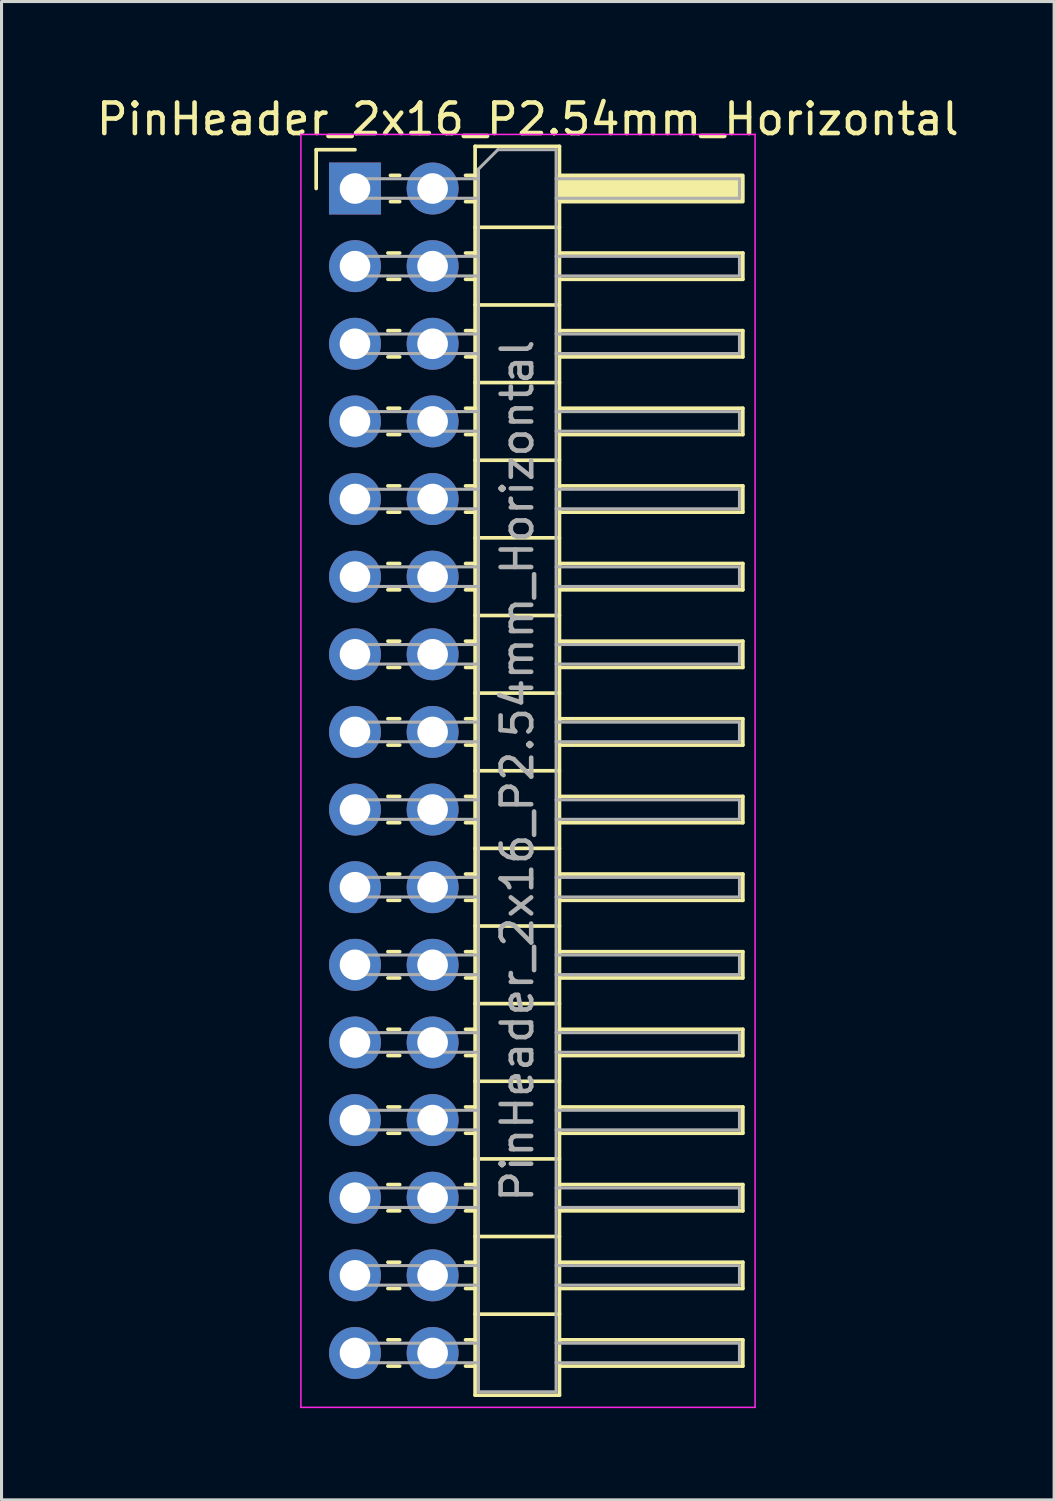
<source format=kicad_pcb>
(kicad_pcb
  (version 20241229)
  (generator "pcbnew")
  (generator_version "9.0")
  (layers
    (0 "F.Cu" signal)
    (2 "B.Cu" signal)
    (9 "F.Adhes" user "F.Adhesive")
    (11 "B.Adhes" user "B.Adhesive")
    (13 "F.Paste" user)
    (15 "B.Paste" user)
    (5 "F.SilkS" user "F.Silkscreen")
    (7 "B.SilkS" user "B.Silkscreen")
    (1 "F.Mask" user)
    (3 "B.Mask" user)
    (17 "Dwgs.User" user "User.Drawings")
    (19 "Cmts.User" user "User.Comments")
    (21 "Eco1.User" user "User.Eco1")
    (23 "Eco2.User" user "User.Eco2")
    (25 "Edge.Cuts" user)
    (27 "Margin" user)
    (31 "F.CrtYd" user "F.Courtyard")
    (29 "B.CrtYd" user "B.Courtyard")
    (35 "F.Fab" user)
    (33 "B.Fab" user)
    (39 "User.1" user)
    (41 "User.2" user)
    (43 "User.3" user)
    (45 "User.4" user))
  (footprint "PinHeader_2x16_P2.54mm_Horizontal"
    (layer "F.Cu")
    (at 8.565 3.118)
    (property "Reference" "PinHeader_2x16_P2.54mm_Horizontal" (at 5.655 -2.27 0) (layer "F.SilkS") (effects (font (size 1 1) (thickness 0.15))))
    (attr through_hole)
    (fp_line (start -1.27 -1.27) (end 0 -1.27) (stroke (width 0.12) (type solid)) (layer "F.SilkS"))
    (fp_line (start -1.27 0) (end -1.27 -1.27) (stroke (width 0.12) (type solid)) (layer "F.SilkS"))
    (fp_line (start 1.077 2.11) (end 1.463 2.11) (stroke (width 0.12) (type solid)) (layer "F.SilkS"))
    (fp_line (start 1.077 2.97) (end 1.463 2.97) (stroke (width 0.12) (type solid)) (layer "F.SilkS"))
    (fp_line (start 1.077 4.65) (end 1.463 4.65) (stroke (width 0.12) (type solid)) (layer "F.SilkS"))
    (fp_line (start 1.077 5.51) (end 1.463 5.51) (stroke (width 0.12) (type solid)) (layer "F.SilkS"))
    (fp_line (start 1.077 7.19) (end 1.463 7.19) (stroke (width 0.12) (type solid)) (layer "F.SilkS"))
    (fp_line (start 1.077 8.05) (end 1.463 8.05) (stroke (width 0.12) (type solid)) (layer "F.SilkS"))
    (fp_line (start 1.077 9.73) (end 1.463 9.73) (stroke (width 0.12) (type solid)) (layer "F.SilkS"))
    (fp_line (start 1.077 10.59) (end 1.463 10.59) (stroke (width 0.12) (type solid)) (layer "F.SilkS"))
    (fp_line (start 1.077 12.27) (end 1.463 12.27) (stroke (width 0.12) (type solid)) (layer "F.SilkS"))
    (fp_line (start 1.077 13.13) (end 1.463 13.13) (stroke (width 0.12) (type solid)) (layer "F.SilkS"))
    (fp_line (start 1.077 14.81) (end 1.463 14.81) (stroke (width 0.12) (type solid)) (layer "F.SilkS"))
    (fp_line (start 1.077 15.67) (end 1.463 15.67) (stroke (width 0.12) (type solid)) (layer "F.SilkS"))
    (fp_line (start 1.077 17.35) (end 1.463 17.35) (stroke (width 0.12) (type solid)) (layer "F.SilkS"))
    (fp_line (start 1.077 18.21) (end 1.463 18.21) (stroke (width 0.12) (type solid)) (layer "F.SilkS"))
    (fp_line (start 1.077 19.89) (end 1.463 19.89) (stroke (width 0.12) (type solid)) (layer "F.SilkS"))
    (fp_line (start 1.077 20.75) (end 1.463 20.75) (stroke (width 0.12) (type solid)) (layer "F.SilkS"))
    (fp_line (start 1.077 22.43) (end 1.463 22.43) (stroke (width 0.12) (type solid)) (layer "F.SilkS"))
    (fp_line (start 1.077 23.29) (end 1.463 23.29) (stroke (width 0.12) (type solid)) (layer "F.SilkS"))
    (fp_line (start 1.077 24.97) (end 1.463 24.97) (stroke (width 0.12) (type solid)) (layer "F.SilkS"))
    (fp_line (start 1.077 25.83) (end 1.463 25.83) (stroke (width 0.12) (type solid)) (layer "F.SilkS"))
    (fp_line (start 1.077 27.51) (end 1.463 27.51) (stroke (width 0.12) (type solid)) (layer "F.SilkS"))
    (fp_line (start 1.077 28.37) (end 1.463 28.37) (stroke (width 0.12) (type solid)) (layer "F.SilkS"))
    (fp_line (start 1.077 30.05) (end 1.463 30.05) (stroke (width 0.12) (type solid)) (layer "F.SilkS"))
    (fp_line (start 1.077 30.91) (end 1.463 30.91) (stroke (width 0.12) (type solid)) (layer "F.SilkS"))
    (fp_line (start 1.077 32.59) (end 1.463 32.59) (stroke (width 0.12) (type solid)) (layer "F.SilkS"))
    (fp_line (start 1.077 33.45) (end 1.463 33.45) (stroke (width 0.12) (type solid)) (layer "F.SilkS"))
    (fp_line (start 1.077 35.13) (end 1.463 35.13) (stroke (width 0.12) (type solid)) (layer "F.SilkS"))
    (fp_line (start 1.077 35.99) (end 1.463 35.99) (stroke (width 0.12) (type solid)) (layer "F.SilkS"))
    (fp_line (start 1.077 37.67) (end 1.463 37.67) (stroke (width 0.12) (type solid)) (layer "F.SilkS"))
    (fp_line (start 1.077 38.53) (end 1.463 38.53) (stroke (width 0.12) (type solid)) (layer "F.SilkS"))
    (fp_line (start 1.16 -0.43) (end 1.463 -0.43) (stroke (width 0.12) (type solid)) (layer "F.SilkS"))
    (fp_line (start 1.16 0.43) (end 1.463 0.43) (stroke (width 0.12) (type solid)) (layer "F.SilkS"))
    (fp_line (start 3.617 -0.43) (end 3.93 -0.43) (stroke (width 0.12) (type solid)) (layer "F.SilkS"))
    (fp_line (start 3.617 0.43) (end 3.93 0.43) (stroke (width 0.12) (type solid)) (layer "F.SilkS"))
    (fp_line (start 3.617 2.11) (end 3.93 2.11) (stroke (width 0.12) (type solid)) (layer "F.SilkS"))
    (fp_line (start 3.617 2.97) (end 3.93 2.97) (stroke (width 0.12) (type solid)) (layer "F.SilkS"))
    (fp_line (start 3.617 4.65) (end 3.93 4.65) (stroke (width 0.12) (type solid)) (layer "F.SilkS"))
    (fp_line (start 3.617 5.51) (end 3.93 5.51) (stroke (width 0.12) (type solid)) (layer "F.SilkS"))
    (fp_line (start 3.617 7.19) (end 3.93 7.19) (stroke (width 0.12) (type solid)) (layer "F.SilkS"))
    (fp_line (start 3.617 8.05) (end 3.93 8.05) (stroke (width 0.12) (type solid)) (layer "F.SilkS"))
    (fp_line (start 3.617 9.73) (end 3.93 9.73) (stroke (width 0.12) (type solid)) (layer "F.SilkS"))
    (fp_line (start 3.617 10.59) (end 3.93 10.59) (stroke (width 0.12) (type solid)) (layer "F.SilkS"))
    (fp_line (start 3.617 12.27) (end 3.93 12.27) (stroke (width 0.12) (type solid)) (layer "F.SilkS"))
    (fp_line (start 3.617 13.13) (end 3.93 13.13) (stroke (width 0.12) (type solid)) (layer "F.SilkS"))
    (fp_line (start 3.617 14.81) (end 3.93 14.81) (stroke (width 0.12) (type solid)) (layer "F.SilkS"))
    (fp_line (start 3.617 15.67) (end 3.93 15.67) (stroke (width 0.12) (type solid)) (layer "F.SilkS"))
    (fp_line (start 3.617 17.35) (end 3.93 17.35) (stroke (width 0.12) (type solid)) (layer "F.SilkS"))
    (fp_line (start 3.617 18.21) (end 3.93 18.21) (stroke (width 0.12) (type solid)) (layer "F.SilkS"))
    (fp_line (start 3.617 19.89) (end 3.93 19.89) (stroke (width 0.12) (type solid)) (layer "F.SilkS"))
    (fp_line (start 3.617 20.75) (end 3.93 20.75) (stroke (width 0.12) (type solid)) (layer "F.SilkS"))
    (fp_line (start 3.617 22.43) (end 3.93 22.43) (stroke (width 0.12) (type solid)) (layer "F.SilkS"))
    (fp_line (start 3.617 23.29) (end 3.93 23.29) (stroke (width 0.12) (type solid)) (layer "F.SilkS"))
    (fp_line (start 3.617 24.97) (end 3.93 24.97) (stroke (width 0.12) (type solid)) (layer "F.SilkS"))
    (fp_line (start 3.617 25.83) (end 3.93 25.83) (stroke (width 0.12) (type solid)) (layer "F.SilkS"))
    (fp_line (start 3.617 27.51) (end 3.93 27.51) (stroke (width 0.12) (type solid)) (layer "F.SilkS"))
    (fp_line (start 3.617 28.37) (end 3.93 28.37) (stroke (width 0.12) (type solid)) (layer "F.SilkS"))
    (fp_line (start 3.617 30.05) (end 3.93 30.05) (stroke (width 0.12) (type solid)) (layer "F.SilkS"))
    (fp_line (start 3.617 30.91) (end 3.93 30.91) (stroke (width 0.12) (type solid)) (layer "F.SilkS"))
    (fp_line (start 3.617 32.59) (end 3.93 32.59) (stroke (width 0.12) (type solid)) (layer "F.SilkS"))
    (fp_line (start 3.617 33.45) (end 3.93 33.45) (stroke (width 0.12) (type solid)) (layer "F.SilkS"))
    (fp_line (start 3.617 35.13) (end 3.93 35.13) (stroke (width 0.12) (type solid)) (layer "F.SilkS"))
    (fp_line (start 3.617 35.99) (end 3.93 35.99) (stroke (width 0.12) (type solid)) (layer "F.SilkS"))
    (fp_line (start 3.617 37.67) (end 3.93 37.67) (stroke (width 0.12) (type solid)) (layer "F.SilkS"))
    (fp_line (start 3.617 38.53) (end 3.93 38.53) (stroke (width 0.12) (type solid)) (layer "F.SilkS"))
    (fp_line (start 3.93 -1.38) (end 3.93 39.48) (stroke (width 0.12) (type solid)) (layer "F.SilkS"))
    (fp_line (start 3.93 1.27) (end 6.69 1.27) (stroke (width 0.12) (type solid)) (layer "F.SilkS"))
    (fp_line (start 3.93 3.81) (end 6.69 3.81) (stroke (width 0.12) (type solid)) (layer "F.SilkS"))
    (fp_line (start 3.93 6.35) (end 6.69 6.35) (stroke (width 0.12) (type solid)) (layer "F.SilkS"))
    (fp_line (start 3.93 8.89) (end 6.69 8.89) (stroke (width 0.12) (type solid)) (layer "F.SilkS"))
    (fp_line (start 3.93 11.43) (end 6.69 11.43) (stroke (width 0.12) (type solid)) (layer "F.SilkS"))
    (fp_line (start 3.93 13.97) (end 6.69 13.97) (stroke (width 0.12) (type solid)) (layer "F.SilkS"))
    (fp_line (start 3.93 16.51) (end 6.69 16.51) (stroke (width 0.12) (type solid)) (layer "F.SilkS"))
    (fp_line (start 3.93 19.05) (end 6.69 19.05) (stroke (width 0.12) (type solid)) (layer "F.SilkS"))
    (fp_line (start 3.93 21.59) (end 6.69 21.59) (stroke (width 0.12) (type solid)) (layer "F.SilkS"))
    (fp_line (start 3.93 24.13) (end 6.69 24.13) (stroke (width 0.12) (type solid)) (layer "F.SilkS"))
    (fp_line (start 3.93 26.67) (end 6.69 26.67) (stroke (width 0.12) (type solid)) (layer "F.SilkS"))
    (fp_line (start 3.93 29.21) (end 6.69 29.21) (stroke (width 0.12) (type solid)) (layer "F.SilkS"))
    (fp_line (start 3.93 31.75) (end 6.69 31.75) (stroke (width 0.12) (type solid)) (layer "F.SilkS"))
    (fp_line (start 3.93 34.29) (end 6.69 34.29) (stroke (width 0.12) (type solid)) (layer "F.SilkS"))
    (fp_line (start 3.93 36.83) (end 6.69 36.83) (stroke (width 0.12) (type solid)) (layer "F.SilkS"))
    (fp_line (start 3.93 39.48) (end 6.69 39.48) (stroke (width 0.12) (type solid)) (layer "F.SilkS"))
    (fp_line (start 6.69 -1.38) (end 3.93 -1.38) (stroke (width 0.12) (type solid)) (layer "F.SilkS"))
    (fp_line (start 6.69 2.11) (end 12.69 2.11) (stroke (width 0.12) (type solid)) (layer "F.SilkS"))
    (fp_line (start 6.69 4.65) (end 12.69 4.65) (stroke (width 0.12) (type solid)) (layer "F.SilkS"))
    (fp_line (start 6.69 7.19) (end 12.69 7.19) (stroke (width 0.12) (type solid)) (layer "F.SilkS"))
    (fp_line (start 6.69 9.73) (end 12.69 9.73) (stroke (width 0.12) (type solid)) (layer "F.SilkS"))
    (fp_line (start 6.69 12.27) (end 12.69 12.27) (stroke (width 0.12) (type solid)) (layer "F.SilkS"))
    (fp_line (start 6.69 14.81) (end 12.69 14.81) (stroke (width 0.12) (type solid)) (layer "F.SilkS"))
    (fp_line (start 6.69 17.35) (end 12.69 17.35) (stroke (width 0.12) (type solid)) (layer "F.SilkS"))
    (fp_line (start 6.69 19.89) (end 12.69 19.89) (stroke (width 0.12) (type solid)) (layer "F.SilkS"))
    (fp_line (start 6.69 22.43) (end 12.69 22.43) (stroke (width 0.12) (type solid)) (layer "F.SilkS"))
    (fp_line (start 6.69 24.97) (end 12.69 24.97) (stroke (width 0.12) (type solid)) (layer "F.SilkS"))
    (fp_line (start 6.69 27.51) (end 12.69 27.51) (stroke (width 0.12) (type solid)) (layer "F.SilkS"))
    (fp_line (start 6.69 30.05) (end 12.69 30.05) (stroke (width 0.12) (type solid)) (layer "F.SilkS"))
    (fp_line (start 6.69 32.59) (end 12.69 32.59) (stroke (width 0.12) (type solid)) (layer "F.SilkS"))
    (fp_line (start 6.69 35.13) (end 12.69 35.13) (stroke (width 0.12) (type solid)) (layer "F.SilkS"))
    (fp_line (start 6.69 37.67) (end 12.69 37.67) (stroke (width 0.12) (type solid)) (layer "F.SilkS"))
    (fp_line (start 6.69 39.48) (end 6.69 -1.38) (stroke (width 0.12) (type solid)) (layer "F.SilkS"))
    (fp_line (start 12.69 2.11) (end 12.69 2.97) (stroke (width 0.12) (type solid)) (layer "F.SilkS"))
    (fp_line (start 12.69 2.97) (end 6.69 2.97) (stroke (width 0.12) (type solid)) (layer "F.SilkS"))
    (fp_line (start 12.69 4.65) (end 12.69 5.51) (stroke (width 0.12) (type solid)) (layer "F.SilkS"))
    (fp_line (start 12.69 5.51) (end 6.69 5.51) (stroke (width 0.12) (type solid)) (layer "F.SilkS"))
    (fp_line (start 12.69 7.19) (end 12.69 8.05) (stroke (width 0.12) (type solid)) (layer "F.SilkS"))
    (fp_line (start 12.69 8.05) (end 6.69 8.05) (stroke (width 0.12) (type solid)) (layer "F.SilkS"))
    (fp_line (start 12.69 9.73) (end 12.69 10.59) (stroke (width 0.12) (type solid)) (layer "F.SilkS"))
    (fp_line (start 12.69 10.59) (end 6.69 10.59) (stroke (width 0.12) (type solid)) (layer "F.SilkS"))
    (fp_line (start 12.69 12.27) (end 12.69 13.13) (stroke (width 0.12) (type solid)) (layer "F.SilkS"))
    (fp_line (start 12.69 13.13) (end 6.69 13.13) (stroke (width 0.12) (type solid)) (layer "F.SilkS"))
    (fp_line (start 12.69 14.81) (end 12.69 15.67) (stroke (width 0.12) (type solid)) (layer "F.SilkS"))
    (fp_line (start 12.69 15.67) (end 6.69 15.67) (stroke (width 0.12) (type solid)) (layer "F.SilkS"))
    (fp_line (start 12.69 17.35) (end 12.69 18.21) (stroke (width 0.12) (type solid)) (layer "F.SilkS"))
    (fp_line (start 12.69 18.21) (end 6.69 18.21) (stroke (width 0.12) (type solid)) (layer "F.SilkS"))
    (fp_line (start 12.69 19.89) (end 12.69 20.75) (stroke (width 0.12) (type solid)) (layer "F.SilkS"))
    (fp_line (start 12.69 20.75) (end 6.69 20.75) (stroke (width 0.12) (type solid)) (layer "F.SilkS"))
    (fp_line (start 12.69 22.43) (end 12.69 23.29) (stroke (width 0.12) (type solid)) (layer "F.SilkS"))
    (fp_line (start 12.69 23.29) (end 6.69 23.29) (stroke (width 0.12) (type solid)) (layer "F.SilkS"))
    (fp_line (start 12.69 24.97) (end 12.69 25.83) (stroke (width 0.12) (type solid)) (layer "F.SilkS"))
    (fp_line (start 12.69 25.83) (end 6.69 25.83) (stroke (width 0.12) (type solid)) (layer "F.SilkS"))
    (fp_line (start 12.69 27.51) (end 12.69 28.37) (stroke (width 0.12) (type solid)) (layer "F.SilkS"))
    (fp_line (start 12.69 28.37) (end 6.69 28.37) (stroke (width 0.12) (type solid)) (layer "F.SilkS"))
    (fp_line (start 12.69 30.05) (end 12.69 30.91) (stroke (width 0.12) (type solid)) (layer "F.SilkS"))
    (fp_line (start 12.69 30.91) (end 6.69 30.91) (stroke (width 0.12) (type solid)) (layer "F.SilkS"))
    (fp_line (start 12.69 32.59) (end 12.69 33.45) (stroke (width 0.12) (type solid)) (layer "F.SilkS"))
    (fp_line (start 12.69 33.45) (end 6.69 33.45) (stroke (width 0.12) (type solid)) (layer "F.SilkS"))
    (fp_line (start 12.69 35.13) (end 12.69 35.99) (stroke (width 0.12) (type solid)) (layer "F.SilkS"))
    (fp_line (start 12.69 35.99) (end 6.69 35.99) (stroke (width 0.12) (type solid)) (layer "F.SilkS"))
    (fp_line (start 12.69 37.67) (end 12.69 38.53) (stroke (width 0.12) (type solid)) (layer "F.SilkS"))
    (fp_line (start 12.69 38.53) (end 6.69 38.53) (stroke (width 0.12) (type solid)) (layer "F.SilkS"))
    (fp_rect (start 6.69 -0.43) (end 12.69 0.43) (stroke (width 0.12) (type solid)) (fill yes) (layer "F.SilkS"))
    (fp_line (start -1.77 -1.77) (end -1.77 39.88) (stroke (width 0.05) (type solid)) (layer "F.CrtYd"))
    (fp_line (start -1.77 39.88) (end 13.09 39.88) (stroke (width 0.05) (type solid)) (layer "F.CrtYd"))
    (fp_line (start 13.09 -1.77) (end -1.77 -1.77) (stroke (width 0.05) (type solid)) (layer "F.CrtYd"))
    (fp_line (start 13.09 39.88) (end 13.09 -1.77) (stroke (width 0.05) (type solid)) (layer "F.CrtYd"))
    (fp_line (start -0.32 -0.32) (end -0.32 0.32) (stroke (width 0.1) (type solid)) (layer "F.Fab"))
    (fp_line (start -0.32 -0.32) (end 4.04 -0.32) (stroke (width 0.1) (type solid)) (layer "F.Fab"))
    (fp_line (start -0.32 0.32) (end 4.04 0.32) (stroke (width 0.1) (type solid)) (layer "F.Fab"))
    (fp_line (start -0.32 2.22) (end -0.32 2.86) (stroke (width 0.1) (type solid)) (layer "F.Fab"))
    (fp_line (start -0.32 2.22) (end 4.04 2.22) (stroke (width 0.1) (type solid)) (layer "F.Fab"))
    (fp_line (start -0.32 2.86) (end 4.04 2.86) (stroke (width 0.1) (type solid)) (layer "F.Fab"))
    (fp_line (start -0.32 4.76) (end -0.32 5.4) (stroke (width 0.1) (type solid)) (layer "F.Fab"))
    (fp_line (start -0.32 4.76) (end 4.04 4.76) (stroke (width 0.1) (type solid)) (layer "F.Fab"))
    (fp_line (start -0.32 5.4) (end 4.04 5.4) (stroke (width 0.1) (type solid)) (layer "F.Fab"))
    (fp_line (start -0.32 7.3) (end -0.32 7.94) (stroke (width 0.1) (type solid)) (layer "F.Fab"))
    (fp_line (start -0.32 7.3) (end 4.04 7.3) (stroke (width 0.1) (type solid)) (layer "F.Fab"))
    (fp_line (start -0.32 7.94) (end 4.04 7.94) (stroke (width 0.1) (type solid)) (layer "F.Fab"))
    (fp_line (start -0.32 9.84) (end -0.32 10.48) (stroke (width 0.1) (type solid)) (layer "F.Fab"))
    (fp_line (start -0.32 9.84) (end 4.04 9.84) (stroke (width 0.1) (type solid)) (layer "F.Fab"))
    (fp_line (start -0.32 10.48) (end 4.04 10.48) (stroke (width 0.1) (type solid)) (layer "F.Fab"))
    (fp_line (start -0.32 12.38) (end -0.32 13.02) (stroke (width 0.1) (type solid)) (layer "F.Fab"))
    (fp_line (start -0.32 12.38) (end 4.04 12.38) (stroke (width 0.1) (type solid)) (layer "F.Fab"))
    (fp_line (start -0.32 13.02) (end 4.04 13.02) (stroke (width 0.1) (type solid)) (layer "F.Fab"))
    (fp_line (start -0.32 14.92) (end -0.32 15.56) (stroke (width 0.1) (type solid)) (layer "F.Fab"))
    (fp_line (start -0.32 14.92) (end 4.04 14.92) (stroke (width 0.1) (type solid)) (layer "F.Fab"))
    (fp_line (start -0.32 15.56) (end 4.04 15.56) (stroke (width 0.1) (type solid)) (layer "F.Fab"))
    (fp_line (start -0.32 17.46) (end -0.32 18.1) (stroke (width 0.1) (type solid)) (layer "F.Fab"))
    (fp_line (start -0.32 17.46) (end 4.04 17.46) (stroke (width 0.1) (type solid)) (layer "F.Fab"))
    (fp_line (start -0.32 18.1) (end 4.04 18.1) (stroke (width 0.1) (type solid)) (layer "F.Fab"))
    (fp_line (start -0.32 20) (end -0.32 20.64) (stroke (width 0.1) (type solid)) (layer "F.Fab"))
    (fp_line (start -0.32 20) (end 4.04 20) (stroke (width 0.1) (type solid)) (layer "F.Fab"))
    (fp_line (start -0.32 20.64) (end 4.04 20.64) (stroke (width 0.1) (type solid)) (layer "F.Fab"))
    (fp_line (start -0.32 22.54) (end -0.32 23.18) (stroke (width 0.1) (type solid)) (layer "F.Fab"))
    (fp_line (start -0.32 22.54) (end 4.04 22.54) (stroke (width 0.1) (type solid)) (layer "F.Fab"))
    (fp_line (start -0.32 23.18) (end 4.04 23.18) (stroke (width 0.1) (type solid)) (layer "F.Fab"))
    (fp_line (start -0.32 25.08) (end -0.32 25.72) (stroke (width 0.1) (type solid)) (layer "F.Fab"))
    (fp_line (start -0.32 25.08) (end 4.04 25.08) (stroke (width 0.1) (type solid)) (layer "F.Fab"))
    (fp_line (start -0.32 25.72) (end 4.04 25.72) (stroke (width 0.1) (type solid)) (layer "F.Fab"))
    (fp_line (start -0.32 27.62) (end -0.32 28.26) (stroke (width 0.1) (type solid)) (layer "F.Fab"))
    (fp_line (start -0.32 27.62) (end 4.04 27.62) (stroke (width 0.1) (type solid)) (layer "F.Fab"))
    (fp_line (start -0.32 28.26) (end 4.04 28.26) (stroke (width 0.1) (type solid)) (layer "F.Fab"))
    (fp_line (start -0.32 30.16) (end -0.32 30.8) (stroke (width 0.1) (type solid)) (layer "F.Fab"))
    (fp_line (start -0.32 30.16) (end 4.04 30.16) (stroke (width 0.1) (type solid)) (layer "F.Fab"))
    (fp_line (start -0.32 30.8) (end 4.04 30.8) (stroke (width 0.1) (type solid)) (layer "F.Fab"))
    (fp_line (start -0.32 32.7) (end -0.32 33.34) (stroke (width 0.1) (type solid)) (layer "F.Fab"))
    (fp_line (start -0.32 32.7) (end 4.04 32.7) (stroke (width 0.1) (type solid)) (layer "F.Fab"))
    (fp_line (start -0.32 33.34) (end 4.04 33.34) (stroke (width 0.1) (type solid)) (layer "F.Fab"))
    (fp_line (start -0.32 35.24) (end -0.32 35.88) (stroke (width 0.1) (type solid)) (layer "F.Fab"))
    (fp_line (start -0.32 35.24) (end 4.04 35.24) (stroke (width 0.1) (type solid)) (layer "F.Fab"))
    (fp_line (start -0.32 35.88) (end 4.04 35.88) (stroke (width 0.1) (type solid)) (layer "F.Fab"))
    (fp_line (start -0.32 37.78) (end -0.32 38.42) (stroke (width 0.1) (type solid)) (layer "F.Fab"))
    (fp_line (start -0.32 37.78) (end 4.04 37.78) (stroke (width 0.1) (type solid)) (layer "F.Fab"))
    (fp_line (start -0.32 38.42) (end 4.04 38.42) (stroke (width 0.1) (type solid)) (layer "F.Fab"))
    (fp_line (start 4.04 -0.635) (end 4.675 -1.27) (stroke (width 0.1) (type solid)) (layer "F.Fab"))
    (fp_line (start 4.04 39.37) (end 4.04 -0.635) (stroke (width 0.1) (type solid)) (layer "F.Fab"))
    (fp_line (start 4.675 -1.27) (end 6.58 -1.27) (stroke (width 0.1) (type solid)) (layer "F.Fab"))
    (fp_line (start 6.58 -1.27) (end 6.58 39.37) (stroke (width 0.1) (type solid)) (layer "F.Fab"))
    (fp_line (start 6.58 -0.32) (end 12.58 -0.32) (stroke (width 0.1) (type solid)) (layer "F.Fab"))
    (fp_line (start 6.58 0.32) (end 12.58 0.32) (stroke (width 0.1) (type solid)) (layer "F.Fab"))
    (fp_line (start 6.58 2.22) (end 12.58 2.22) (stroke (width 0.1) (type solid)) (layer "F.Fab"))
    (fp_line (start 6.58 2.86) (end 12.58 2.86) (stroke (width 0.1) (type solid)) (layer "F.Fab"))
    (fp_line (start 6.58 4.76) (end 12.58 4.76) (stroke (width 0.1) (type solid)) (layer "F.Fab"))
    (fp_line (start 6.58 5.4) (end 12.58 5.4) (stroke (width 0.1) (type solid)) (layer "F.Fab"))
    (fp_line (start 6.58 7.3) (end 12.58 7.3) (stroke (width 0.1) (type solid)) (layer "F.Fab"))
    (fp_line (start 6.58 7.94) (end 12.58 7.94) (stroke (width 0.1) (type solid)) (layer "F.Fab"))
    (fp_line (start 6.58 9.84) (end 12.58 9.84) (stroke (width 0.1) (type solid)) (layer "F.Fab"))
    (fp_line (start 6.58 10.48) (end 12.58 10.48) (stroke (width 0.1) (type solid)) (layer "F.Fab"))
    (fp_line (start 6.58 12.38) (end 12.58 12.38) (stroke (width 0.1) (type solid)) (layer "F.Fab"))
    (fp_line (start 6.58 13.02) (end 12.58 13.02) (stroke (width 0.1) (type solid)) (layer "F.Fab"))
    (fp_line (start 6.58 14.92) (end 12.58 14.92) (stroke (width 0.1) (type solid)) (layer "F.Fab"))
    (fp_line (start 6.58 15.56) (end 12.58 15.56) (stroke (width 0.1) (type solid)) (layer "F.Fab"))
    (fp_line (start 6.58 17.46) (end 12.58 17.46) (stroke (width 0.1) (type solid)) (layer "F.Fab"))
    (fp_line (start 6.58 18.1) (end 12.58 18.1) (stroke (width 0.1) (type solid)) (layer "F.Fab"))
    (fp_line (start 6.58 20) (end 12.58 20) (stroke (width 0.1) (type solid)) (layer "F.Fab"))
    (fp_line (start 6.58 20.64) (end 12.58 20.64) (stroke (width 0.1) (type solid)) (layer "F.Fab"))
    (fp_line (start 6.58 22.54) (end 12.58 22.54) (stroke (width 0.1) (type solid)) (layer "F.Fab"))
    (fp_line (start 6.58 23.18) (end 12.58 23.18) (stroke (width 0.1) (type solid)) (layer "F.Fab"))
    (fp_line (start 6.58 25.08) (end 12.58 25.08) (stroke (width 0.1) (type solid)) (layer "F.Fab"))
    (fp_line (start 6.58 25.72) (end 12.58 25.72) (stroke (width 0.1) (type solid)) (layer "F.Fab"))
    (fp_line (start 6.58 27.62) (end 12.58 27.62) (stroke (width 0.1) (type solid)) (layer "F.Fab"))
    (fp_line (start 6.58 28.26) (end 12.58 28.26) (stroke (width 0.1) (type solid)) (layer "F.Fab"))
    (fp_line (start 6.58 30.16) (end 12.58 30.16) (stroke (width 0.1) (type solid)) (layer "F.Fab"))
    (fp_line (start 6.58 30.8) (end 12.58 30.8) (stroke (width 0.1) (type solid)) (layer "F.Fab"))
    (fp_line (start 6.58 32.7) (end 12.58 32.7) (stroke (width 0.1) (type solid)) (layer "F.Fab"))
    (fp_line (start 6.58 33.34) (end 12.58 33.34) (stroke (width 0.1) (type solid)) (layer "F.Fab"))
    (fp_line (start 6.58 35.24) (end 12.58 35.24) (stroke (width 0.1) (type solid)) (layer "F.Fab"))
    (fp_line (start 6.58 35.88) (end 12.58 35.88) (stroke (width 0.1) (type solid)) (layer "F.Fab"))
    (fp_line (start 6.58 37.78) (end 12.58 37.78) (stroke (width 0.1) (type solid)) (layer "F.Fab"))
    (fp_line (start 6.58 38.42) (end 12.58 38.42) (stroke (width 0.1) (type solid)) (layer "F.Fab"))
    (fp_line (start 6.58 39.37) (end 4.04 39.37) (stroke (width 0.1) (type solid)) (layer "F.Fab"))
    (fp_line (start 12.58 -0.32) (end 12.58 0.32) (stroke (width 0.1) (type solid)) (layer "F.Fab"))
    (fp_line (start 12.58 2.22) (end 12.58 2.86) (stroke (width 0.1) (type solid)) (layer "F.Fab"))
    (fp_line (start 12.58 4.76) (end 12.58 5.4) (stroke (width 0.1) (type solid)) (layer "F.Fab"))
    (fp_line (start 12.58 7.3) (end 12.58 7.94) (stroke (width 0.1) (type solid)) (layer "F.Fab"))
    (fp_line (start 12.58 9.84) (end 12.58 10.48) (stroke (width 0.1) (type solid)) (layer "F.Fab"))
    (fp_line (start 12.58 12.38) (end 12.58 13.02) (stroke (width 0.1) (type solid)) (layer "F.Fab"))
    (fp_line (start 12.58 14.92) (end 12.58 15.56) (stroke (width 0.1) (type solid)) (layer "F.Fab"))
    (fp_line (start 12.58 17.46) (end 12.58 18.1) (stroke (width 0.1) (type solid)) (layer "F.Fab"))
    (fp_line (start 12.58 20) (end 12.58 20.64) (stroke (width 0.1) (type solid)) (layer "F.Fab"))
    (fp_line (start 12.58 22.54) (end 12.58 23.18) (stroke (width 0.1) (type solid)) (layer "F.Fab"))
    (fp_line (start 12.58 25.08) (end 12.58 25.72) (stroke (width 0.1) (type solid)) (layer "F.Fab"))
    (fp_line (start 12.58 27.62) (end 12.58 28.26) (stroke (width 0.1) (type solid)) (layer "F.Fab"))
    (fp_line (start 12.58 30.16) (end 12.58 30.8) (stroke (width 0.1) (type solid)) (layer "F.Fab"))
    (fp_line (start 12.58 32.7) (end 12.58 33.34) (stroke (width 0.1) (type solid)) (layer "F.Fab"))
    (fp_line (start 12.58 35.24) (end 12.58 35.88) (stroke (width 0.1) (type solid)) (layer "F.Fab"))
    (fp_line (start 12.58 37.78) (end 12.58 38.42) (stroke (width 0.1) (type solid)) (layer "F.Fab"))
    (fp_text user "${REFERENCE}" (at 5.31 19.05 90) (layer "F.Fab") (effects (font (size 1 1) (thickness 0.15))))
    (pad "1" thru_hole rect (at 0 0) (size 1.7 1.7) (drill 1) (layers "*.Cu" "*.Mask"))
    (pad "2" thru_hole circle (at 2.54 0) (size 1.7 1.7) (drill 1) (layers "*.Cu" "*.Mask"))
    (pad "3" thru_hole circle (at 0 2.54) (size 1.7 1.7) (drill 1) (layers "*.Cu" "*.Mask"))
    (pad "4" thru_hole circle (at 2.54 2.54) (size 1.7 1.7) (drill 1) (layers "*.Cu" "*.Mask"))
    (pad "5" thru_hole circle (at 0 5.08) (size 1.7 1.7) (drill 1) (layers "*.Cu" "*.Mask"))
    (pad "6" thru_hole circle (at 2.54 5.08) (size 1.7 1.7) (drill 1) (layers "*.Cu" "*.Mask"))
    (pad "7" thru_hole circle (at 0 7.62) (size 1.7 1.7) (drill 1) (layers "*.Cu" "*.Mask"))
    (pad "8" thru_hole circle (at 2.54 7.62) (size 1.7 1.7) (drill 1) (layers "*.Cu" "*.Mask"))
    (pad "9" thru_hole circle (at 0 10.16) (size 1.7 1.7) (drill 1) (layers "*.Cu" "*.Mask"))
    (pad "10" thru_hole circle (at 2.54 10.16) (size 1.7 1.7) (drill 1) (layers "*.Cu" "*.Mask"))
    (pad "11" thru_hole circle (at 0 12.7) (size 1.7 1.7) (drill 1) (layers "*.Cu" "*.Mask"))
    (pad "12" thru_hole circle (at 2.54 12.7) (size 1.7 1.7) (drill 1) (layers "*.Cu" "*.Mask"))
    (pad "13" thru_hole circle (at 0 15.24) (size 1.7 1.7) (drill 1) (layers "*.Cu" "*.Mask"))
    (pad "14" thru_hole circle (at 2.54 15.24) (size 1.7 1.7) (drill 1) (layers "*.Cu" "*.Mask"))
    (pad "15" thru_hole circle (at 0 17.78) (size 1.7 1.7) (drill 1) (layers "*.Cu" "*.Mask"))
    (pad "16" thru_hole circle (at 2.54 17.78) (size 1.7 1.7) (drill 1) (layers "*.Cu" "*.Mask"))
    (pad "17" thru_hole circle (at 0 20.32) (size 1.7 1.7) (drill 1) (layers "*.Cu" "*.Mask"))
    (pad "18" thru_hole circle (at 2.54 20.32) (size 1.7 1.7) (drill 1) (layers "*.Cu" "*.Mask"))
    (pad "19" thru_hole circle (at 0 22.86) (size 1.7 1.7) (drill 1) (layers "*.Cu" "*.Mask"))
    (pad "20" thru_hole circle (at 2.54 22.86) (size 1.7 1.7) (drill 1) (layers "*.Cu" "*.Mask"))
    (pad "21" thru_hole circle (at 0 25.4) (size 1.7 1.7) (drill 1) (layers "*.Cu" "*.Mask"))
    (pad "22" thru_hole circle (at 2.54 25.4) (size 1.7 1.7) (drill 1) (layers "*.Cu" "*.Mask"))
    (pad "23" thru_hole circle (at 0 27.94) (size 1.7 1.7) (drill 1) (layers "*.Cu" "*.Mask"))
    (pad "24" thru_hole circle (at 2.54 27.94) (size 1.7 1.7) (drill 1) (layers "*.Cu" "*.Mask"))
    (pad "25" thru_hole circle (at 0 30.48) (size 1.7 1.7) (drill 1) (layers "*.Cu" "*.Mask"))
    (pad "26" thru_hole circle (at 2.54 30.48) (size 1.7 1.7) (drill 1) (layers "*.Cu" "*.Mask"))
    (pad "27" thru_hole circle (at 0 33.02) (size 1.7 1.7) (drill 1) (layers "*.Cu" "*.Mask"))
    (pad "28" thru_hole circle (at 2.54 33.02) (size 1.7 1.7) (drill 1) (layers "*.Cu" "*.Mask"))
    (pad "29" thru_hole circle (at 0 35.56) (size 1.7 1.7) (drill 1) (layers "*.Cu" "*.Mask"))
    (pad "30" thru_hole circle (at 2.54 35.56) (size 1.7 1.7) (drill 1) (layers "*.Cu" "*.Mask"))
    (pad "31" thru_hole circle (at 0 38.1) (size 1.7 1.7) (drill 1) (layers "*.Cu" "*.Mask"))
    (pad "32" thru_hole circle (at 2.54 38.1) (size 1.7 1.7) (drill 1) (layers "*.Cu" "*.Mask")))
  (gr_rect
    (start -3 -3)
    (end 31.44 46.023)
    (stroke (width 0.1) (type default))
    (fill no)
    (layer "Edge.Cuts")))
</source>
